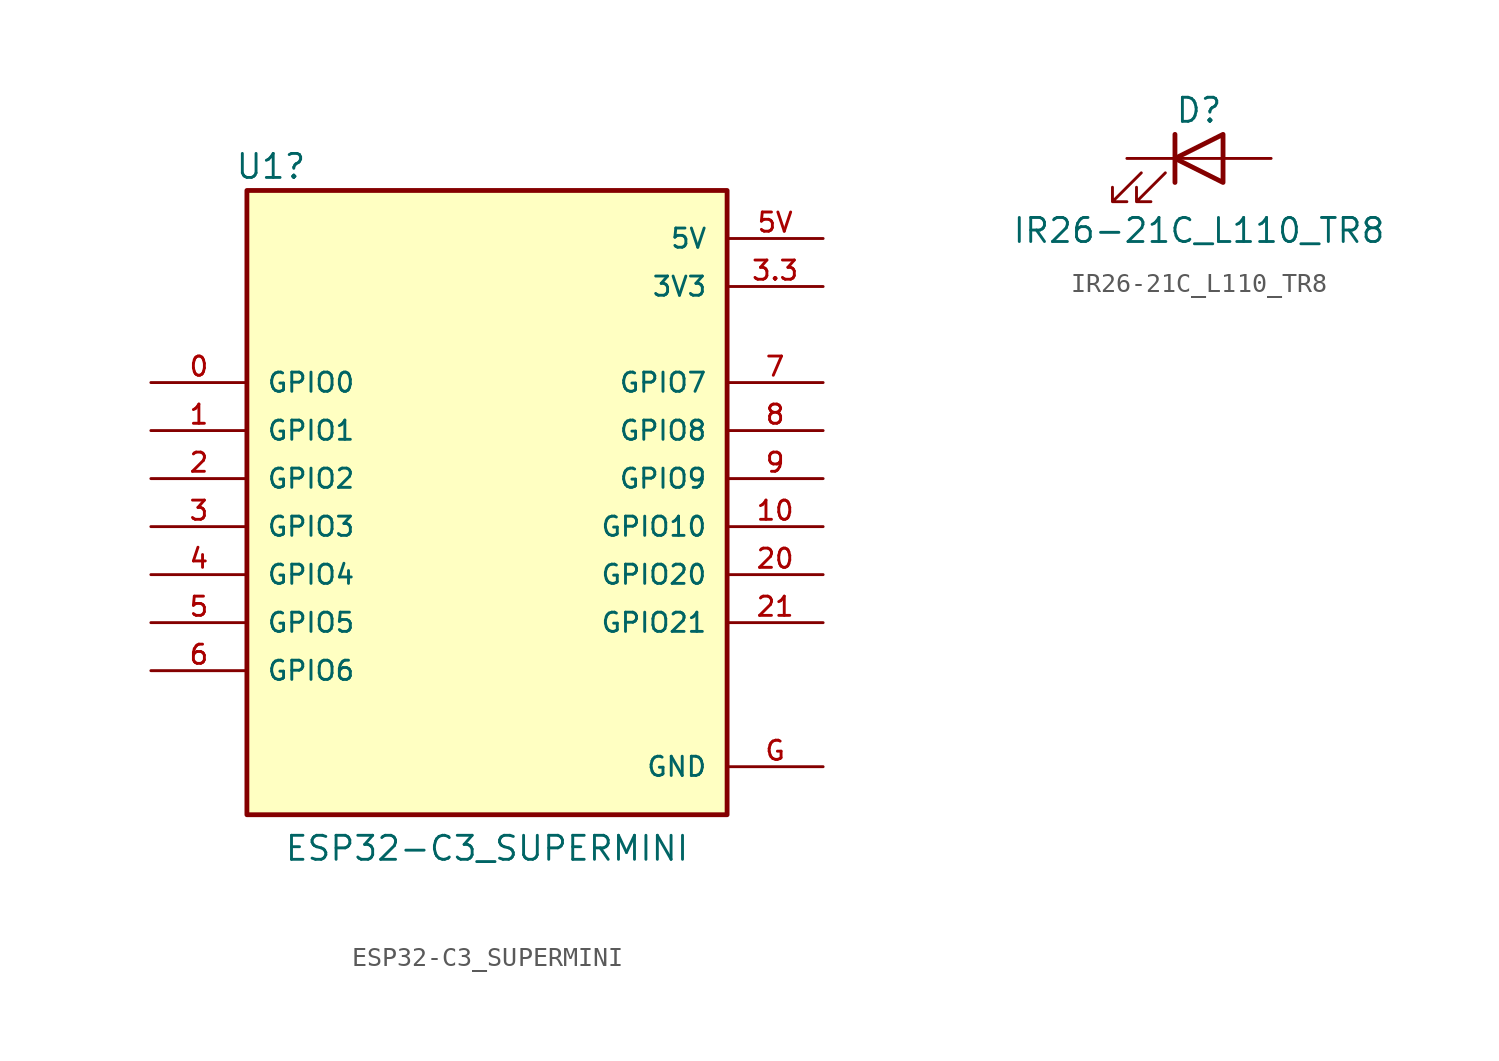
<source format=kicad_sym>
(kicad_symbol_lib
  (version 20241209)
  (generator "kicad_symbol_editor")
  (generator_version "9.0")
  (symbol "ESP32-C3_SUPERMINI"
    (pin_names
      (offset 1.016))
    (property "Reference" "U1"
      (at -11.43 16.51 0)
      (effects (font (size 1.27 1.27))))
    (property "Value" "ESP32-C3_SUPERMINI"
      (at 0 -19.558 0)
      (effects (font (size 1.27 1.27))))
    (symbol "ESP32-C3_SUPERMINI_0_0"
      (rectangle (start -12.7 -17.78) (end 12.7 15.24) (stroke (width 0.254) (type default)) (fill (type background)))
      (pin bidirectional line (at -17.78 5.08 0) (length 5.08) (name "GPIO0" (effects (font (size 1.016 1.016)))) (number "0" (effects (font (size 1.016 1.016)))))
      (pin bidirectional line (at -17.78 2.54 0) (length 5.08) (name "GPIO1" (effects (font (size 1.016 1.016)))) (number "1" (effects (font (size 1.016 1.016)))))
      (pin bidirectional line (at -17.78 0 0) (length 5.08) (name "GPIO2" (effects (font (size 1.016 1.016)))) (number "2" (effects (font (size 1.016 1.016)))))
      (pin bidirectional line (at -17.78 -2.54 0) (length 5.08) (name "GPIO3" (effects (font (size 1.016 1.016)))) (number "3" (effects (font (size 1.016 1.016)))))
      (pin bidirectional line (at -17.78 -5.08 0) (length 5.08) (name "GPIO4" (effects (font (size 1.016 1.016)))) (number "4" (effects (font (size 1.016 1.016)))))
      (pin bidirectional line (at -17.78 -7.62 0) (length 5.08) (name "GPIO5" (effects (font (size 1.016 1.016)))) (number "5" (effects (font (size 1.016 1.016)))))
      (pin bidirectional line (at -17.78 -10.16 0) (length 5.08) (name "GPIO6" (effects (font (size 1.016 1.016)))) (number "6" (effects (font (size 1.016 1.016)))))
      (pin power_in line (at 17.78 12.7 180) (length 5.08) (name "5V" (effects (font (size 1.016 1.016)))) (number "5V" (effects (font (size 1.016 1.016)))))
      (pin power_in line (at 17.78 10.16 180) (length 5.08) (name "3V3" (effects (font (size 1.016 1.016)))) (number "3.3" (effects (font (size 1.016 1.016)))))
      (pin bidirectional line (at 17.78 5.08 180) (length 5.08) (name "GPIO7" (effects (font (size 1.016 1.016)))) (number "7" (effects (font (size 1.016 1.016)))))
      (pin bidirectional line (at 17.78 2.54 180) (length 5.08) (name "GPIO8" (effects (font (size 1.016 1.016)))) (number "8" (effects (font (size 1.016 1.016)))))
      (pin bidirectional line (at 17.78 0 180) (length 5.08) (name "GPIO9" (effects (font (size 1.016 1.016)))) (number "9" (effects (font (size 1.016 1.016)))))
      (pin bidirectional line (at 17.78 -2.54 180) (length 5.08) (name "GPIO10" (effects (font (size 1.016 1.016)))) (number "10" (effects (font (size 1.016 1.016)))))
      (pin bidirectional line (at 17.78 -5.08 180) (length 5.08) (name "GPIO20" (effects (font (size 1.016 1.016)))) (number "20" (effects (font (size 1.016 1.016)))))
      (pin bidirectional line (at 17.78 -7.62 180) (length 5.08) (name "GPIO21" (effects (font (size 1.016 1.016)))) (number "21" (effects (font (size 1.016 1.016)))))
      (pin power_in line (at 17.78 -15.24 180) (length 5.08) (name "GND" (effects (font (size 1.016 1.016)))) (number "G" (effects (font (size 1.016 1.016)))))))
  (symbol "IR26-21C_L110_TR8"
    (pin_numbers
      (hide yes))
    (pin_names
      (offset 1.016)
      (hide yes))
    (property "Reference" "D"
      (at 0 2.54 0)
      (effects (font (size 1.27 1.27))))
    (property "Value" "IR26-21C_L110_TR8"
      (at 0 -3.81 0)
      (effects (font (size 1.27 1.27))))
    (symbol "IR26-21C_L110_TR8_0_1"
      (polyline (pts (xy -3.048 -0.762) (xy -4.572 -2.286) (xy -3.81 -2.286) (xy -4.572 -2.286) (xy -4.572 -1.524)) (stroke (width 0) (type default)) (fill (type none)))
      (polyline (pts (xy -1.778 -0.762) (xy -3.302 -2.286) (xy -2.54 -2.286) (xy -3.302 -2.286) (xy -3.302 -1.524)) (stroke (width 0) (type default)) (fill (type none)))
      (polyline (pts (xy -1.27 0) (xy 1.27 0)) (stroke (width 0) (type default)) (fill (type none)))
      (polyline (pts (xy -1.27 -1.27) (xy -1.27 1.27)) (stroke (width 0.254) (type default)) (fill (type none)))
      (polyline (pts (xy 1.27 -1.27) (xy 1.27 1.27) (xy -1.27 0) (xy 1.27 -1.27)) (stroke (width 0.254) (type default)) (fill (type none))))
    (symbol "IR26-21C_L110_TR8_1_1"
      (pin passive line (at -3.81 0 0) (length 2.54) (name "K" (effects (font (size 1.27 1.27)))) (number "1" (effects (font (size 1.27 1.27)))))
      (pin passive line (at 3.81 0 180) (length 2.54) (name "A" (effects (font (size 1.27 1.27)))) (number "2" (effects (font (size 1.27 1.27))))))))
</source>
